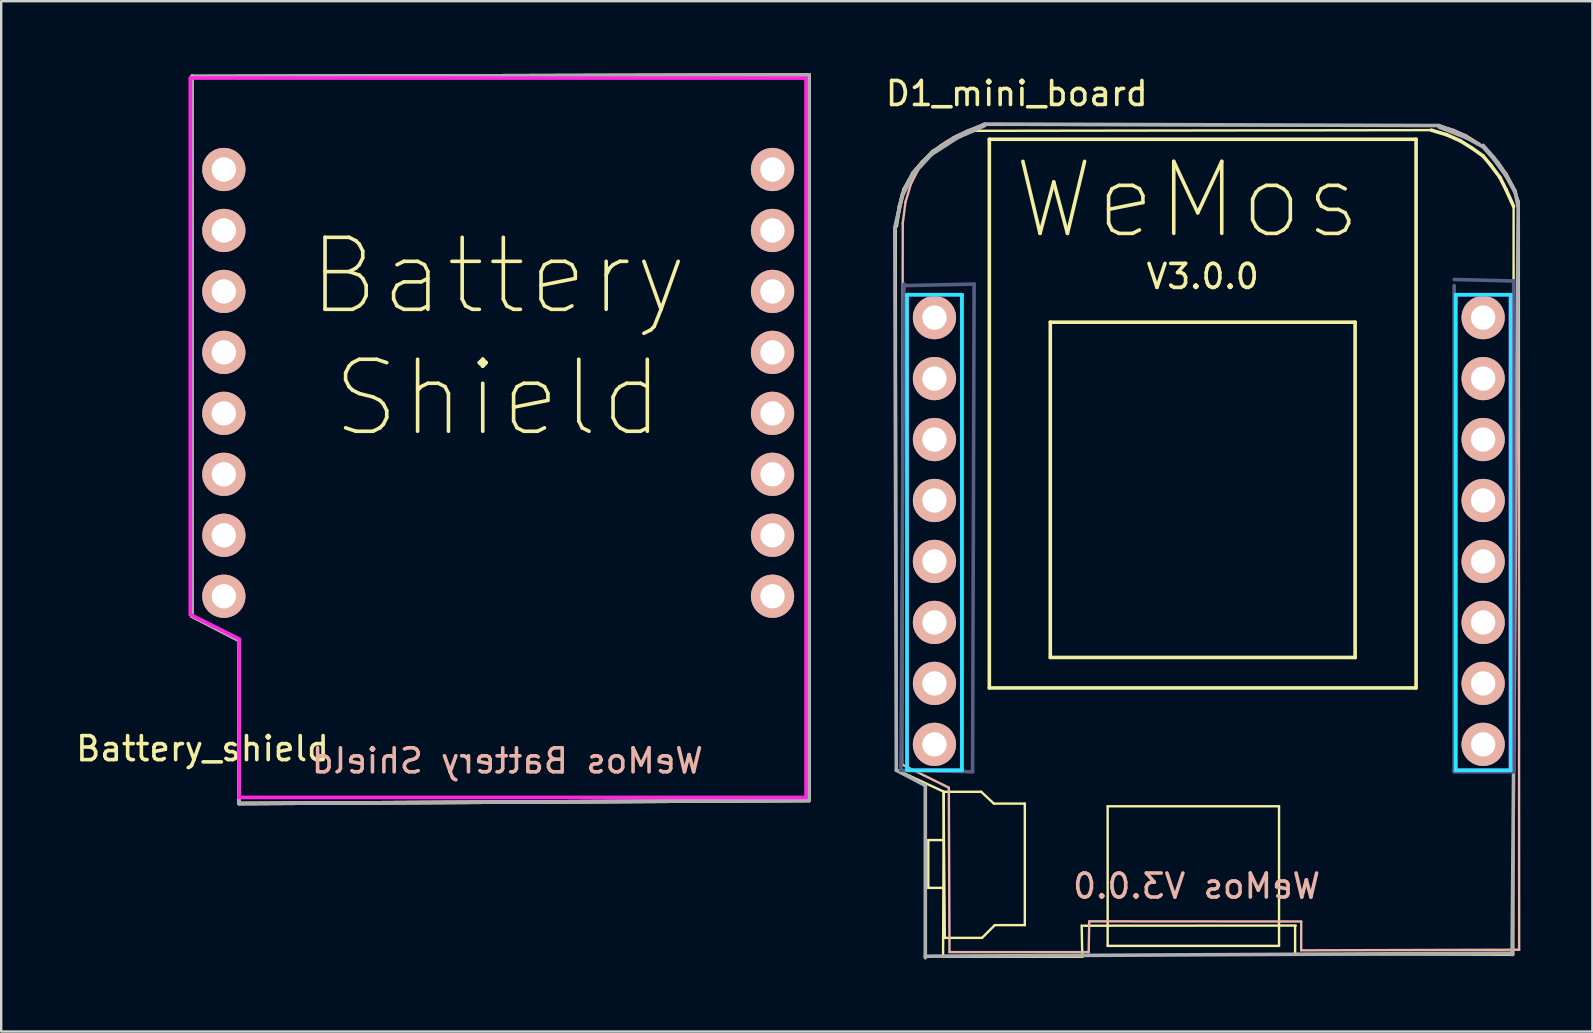
<source format=kicad_pcb>
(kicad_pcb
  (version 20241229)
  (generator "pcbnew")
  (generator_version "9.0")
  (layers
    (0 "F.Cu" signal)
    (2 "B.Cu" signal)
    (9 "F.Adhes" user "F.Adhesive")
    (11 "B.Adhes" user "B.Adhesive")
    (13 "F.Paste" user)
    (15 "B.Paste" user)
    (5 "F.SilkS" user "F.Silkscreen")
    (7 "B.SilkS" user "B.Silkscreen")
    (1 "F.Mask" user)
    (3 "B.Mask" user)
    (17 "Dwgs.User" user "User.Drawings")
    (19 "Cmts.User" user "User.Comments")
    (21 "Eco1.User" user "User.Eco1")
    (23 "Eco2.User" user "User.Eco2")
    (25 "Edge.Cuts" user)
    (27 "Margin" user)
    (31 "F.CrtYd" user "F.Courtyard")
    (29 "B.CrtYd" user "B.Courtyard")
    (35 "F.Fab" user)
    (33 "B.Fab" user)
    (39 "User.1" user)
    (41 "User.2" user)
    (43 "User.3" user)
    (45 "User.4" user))
  (footprint "Battery_shield"
    (layer "F.Cu")
    (at 17.833 15.696)
    (property "Reference" "Battery_shield" (at -12.446 12.446 0) (layer "F.SilkS") (effects (font (size 1 1) (thickness 0.15))))
    (attr through_hole)
    (fp_line (start -12.89 -15.557) (end 12.827 -15.621) (stroke (width 0.15) (type solid)) (layer "F.SilkS"))
    (fp_line (start -12.89 6.921) (end -12.89 -15.557) (stroke (width 0.15) (type solid)) (layer "F.SilkS"))
    (fp_line (start -10.922 7.938) (end -12.89 6.921) (stroke (width 0.15) (type solid)) (layer "F.SilkS"))
    (fp_line (start -10.922 14.732) (end -10.922 7.938) (stroke (width 0.15) (type solid)) (layer "F.SilkS"))
    (fp_line (start 12.827 -15.621) (end 12.827 14.605) (stroke (width 0.15) (type solid)) (layer "F.SilkS"))
    (fp_line (start 12.827 14.605) (end -10.922 14.732) (stroke (width 0.15) (type solid)) (layer "F.SilkS"))
    (fp_line (start -12.903 6.939) (end -10.959 7.9) (stroke (width 0.1) (type solid)) (layer "B.SilkS"))
    (fp_line (start -12.89 -15.557) (end 12.827 -15.621) (stroke (width 0.15) (type solid)) (layer "B.SilkS"))
    (fp_line (start -12.878 -15.616) (end -12.903 6.939) (stroke (width 0.1) (type solid)) (layer "B.SilkS"))
    (fp_line (start -10.959 7.9) (end -10.93 14.709) (stroke (width 0.1) (type solid)) (layer "B.SilkS"))
    (fp_line (start -10.922 14.732) (end 12.764 14.605) (stroke (width 0.15) (type solid)) (layer "B.SilkS"))
    (fp_line (start 12.827 -15.621) (end 12.827 14.605) (stroke (width 0.15) (type solid)) (layer "B.SilkS"))
    (fp_line (start -12.954 -15.494) (end 12.7 -15.494) (stroke (width 0.15) (type solid)) (layer "F.CrtYd"))
    (fp_line (start -12.954 6.858) (end -12.954 -15.494) (stroke (width 0.15) (type solid)) (layer "F.CrtYd"))
    (fp_line (start -10.922 7.874) (end -12.954 6.858) (stroke (width 0.15) (type solid)) (layer "F.CrtYd"))
    (fp_line (start -10.922 14.478) (end -10.922 7.874) (stroke (width 0.15) (type solid)) (layer "F.CrtYd"))
    (fp_line (start 12.7 -15.494) (end 12.7 14.478) (stroke (width 0.15) (type solid)) (layer "F.CrtYd"))
    (fp_line (start 12.7 14.478) (end -10.922 14.478) (stroke (width 0.15) (type solid)) (layer "F.CrtYd"))
    (fp_line (start -12.89 -15.557) (end 12.827 -15.621) (stroke (width 0.15) (type solid)) (layer "F.Fab"))
    (fp_line (start -12.89 -15.494) (end -12.89 -15.557) (stroke (width 0.15) (type solid)) (layer "F.Fab"))
    (fp_line (start -12.89 6.921) (end -12.89 -15.494) (stroke (width 0.15) (type solid)) (layer "F.Fab"))
    (fp_line (start -10.922 7.938) (end -12.89 6.921) (stroke (width 0.15) (type solid)) (layer "F.Fab"))
    (fp_line (start -10.922 14.732) (end -10.922 7.938) (stroke (width 0.15) (type solid)) (layer "F.Fab"))
    (fp_line (start 12.827 -15.621) (end 12.827 14.605) (stroke (width 0.15) (type solid)) (layer "F.Fab"))
    (fp_line (start 12.827 14.605) (end -10.922 14.732) (stroke (width 0.15) (type solid)) (layer "F.Fab"))
    (fp_text user "Battery" (at -0.127 -7.239 180) (layer "F.SilkS") (effects (font (size 3 3) (thickness 0.15))))
    (fp_text user "Shield" (at -0.127 -2.159 180) (layer "F.SilkS") (effects (font (size 3 3) (thickness 0.15))))
    (fp_text user "WeMos Battery Shield" (at 0.254 12.954 180) (layer "B.SilkS") (effects (font (size 1 1) (thickness 0.15)) (justify mirror)))
    (pad "1" thru_hole circle (at 11.303 6.096 180) (size 1.8 1.8) (drill 1.016) (layers "*.Cu" "*.Mask" "B.SilkS"))
    (pad "2" thru_hole circle (at 11.303 3.556 180) (size 1.8 1.8) (drill 1.016) (layers "*.Cu" "*.Mask" "B.SilkS"))
    (pad "3" thru_hole circle (at 11.303 1.016 180) (size 1.8 1.8) (drill 1.016) (layers "*.Cu" "*.Mask" "B.SilkS"))
    (pad "4" thru_hole circle (at 11.303 -1.524 180) (size 1.8 1.8) (drill 1.016) (layers "*.Cu" "*.Mask" "B.SilkS"))
    (pad "5" thru_hole circle (at 11.303 -4.064 180) (size 1.8 1.8) (drill 1.016) (layers "*.Cu" "*.Mask" "B.SilkS"))
    (pad "6" thru_hole circle (at 11.303 -6.604 180) (size 1.8 1.8) (drill 1.016) (layers "*.Cu" "*.Mask" "B.SilkS"))
    (pad "7" thru_hole circle (at 11.303 -9.144 180) (size 1.8 1.8) (drill 1.016) (layers "*.Cu" "*.Mask" "B.SilkS"))
    (pad "8" thru_hole circle (at 11.303 -11.684 180) (size 1.8 1.8) (drill 1.016) (layers "*.Cu" "*.Mask" "B.SilkS"))
    (pad "9" thru_hole circle (at -11.557 -11.684 180) (size 1.8 1.8) (drill 1.016) (layers "*.Cu" "*.Mask" "B.SilkS"))
    (pad "10" thru_hole circle (at -11.557 -9.144 180) (size 1.8 1.8) (drill 1.016) (layers "*.Cu" "*.Mask" "B.SilkS"))
    (pad "11" thru_hole circle (at -11.557 -6.604 180) (size 1.8 1.8) (drill 1.016) (layers "*.Cu" "*.Mask" "B.SilkS"))
    (pad "12" thru_hole circle (at -11.557 -4.064 180) (size 1.8 1.8) (drill 1.016) (layers "*.Cu" "*.Mask" "B.SilkS"))
    (pad "13" thru_hole circle (at -11.557 -1.524 180) (size 1.8 1.8) (drill 1.016) (layers "*.Cu" "*.Mask" "B.SilkS"))
    (pad "14" thru_hole circle (at -11.557 1.016 180) (size 1.8 1.8) (drill 1.016) (layers "*.Cu" "*.Mask" "B.SilkS"))
    (pad "15" thru_hole circle (at -11.557 3.556 180) (size 1.8 1.8) (drill 1.016) (layers "*.Cu" "*.Mask" "B.SilkS"))
    (pad "16" thru_hole circle (at -11.557 6.096 180) (size 1.8 1.8) (drill 1.016) (layers "*.Cu" "*.Mask" "B.SilkS")))
  (footprint "D1_mini_board"
    (layer "F.Cu")
    (at 47.694 18.628)
    (property "Reference" "D1_mini_board" (at -8.382 -17.78 0) (layer "F.SilkS") (effects (font (size 1 1) (thickness 0.15))))
    (attr through_hole)
    (fp_line (start -13.399 -12.255) (end -13.271 -13.081) (stroke (width 0.15) (type solid)) (layer "F.SilkS"))
    (fp_line (start -13.399 10.351) (end -13.423 -12.205) (stroke (width 0.1) (type solid)) (layer "F.SilkS"))
    (fp_line (start -13.374 10.406) (end -11.43 11.303) (stroke (width 0.1) (type solid)) (layer "F.SilkS"))
    (fp_line (start -13.271 -13.081) (end -13.081 -13.78) (stroke (width 0.15) (type solid)) (layer "F.SilkS"))
    (fp_line (start -13.081 -13.78) (end -12.7 -14.478) (stroke (width 0.15) (type solid)) (layer "F.SilkS"))
    (fp_line (start -12.7 -14.478) (end -12.319 -14.922) (stroke (width 0.15) (type solid)) (layer "F.SilkS"))
    (fp_line (start -12.319 -14.922) (end -11.874 -15.367) (stroke (width 0.15) (type solid)) (layer "F.SilkS"))
    (fp_line (start -12.068 13.321) (end -11.451 13.321) (stroke (width 0.1) (type solid)) (layer "F.SilkS"))
    (fp_line (start -12.068 15.315) (end -12.068 13.321) (stroke (width 0.1) (type solid)) (layer "F.SilkS"))
    (fp_line (start -11.874 -15.367) (end -11.303 -15.748) (stroke (width 0.15) (type solid)) (layer "F.SilkS"))
    (fp_line (start -11.452 18.182) (end -11.423 11.374) (stroke (width 0.1) (type solid)) (layer "F.SilkS"))
    (fp_line (start -11.452 18.182) (end -5.641 18.182) (stroke (width 0.1) (type solid)) (layer "F.SilkS"))
    (fp_line (start -11.433 11.311) (end -11.38 17.396) (stroke (width 0.1) (type solid)) (layer "F.SilkS"))
    (fp_line (start -11.415 15.315) (end -12.068 15.315) (stroke (width 0.1) (type solid)) (layer "F.SilkS"))
    (fp_line (start -11.38 17.396) (end -9.828 17.396) (stroke (width 0.1) (type solid)) (layer "F.SilkS"))
    (fp_line (start -11.303 -15.748) (end -10.858 -16.002) (stroke (width 0.15) (type solid)) (layer "F.SilkS"))
    (fp_line (start -10.858 -16.002) (end -10.16 -16.256) (stroke (width 0.15) (type solid)) (layer "F.SilkS"))
    (fp_line (start -9.863 11.311) (end -11.433 11.311) (stroke (width 0.1) (type solid)) (layer "F.SilkS"))
    (fp_line (start -9.828 17.396) (end -9.299 16.867) (stroke (width 0.1) (type solid)) (layer "F.SilkS"))
    (fp_line (start -9.525 -15.875) (end 8.255 -15.875) (stroke (width 0.15) (type solid)) (layer "F.SilkS"))
    (fp_line (start -9.525 6.985) (end -9.525 -15.875) (stroke (width 0.15) (type solid)) (layer "F.SilkS"))
    (fp_line (start -9.334 11.804) (end -9.863 11.311) (stroke (width 0.1) (type solid)) (layer "F.SilkS"))
    (fp_line (start -9.299 16.867) (end -8.046 16.867) (stroke (width 0.1) (type solid)) (layer "F.SilkS"))
    (fp_line (start -8.046 11.804) (end -9.334 11.804) (stroke (width 0.1) (type solid)) (layer "F.SilkS"))
    (fp_line (start -8.046 16.867) (end -8.046 11.804) (stroke (width 0.1) (type solid)) (layer "F.SilkS"))
    (fp_line (start -6.985 -8.255) (end -6.985 5.715) (stroke (width 0.15) (type solid)) (layer "F.SilkS"))
    (fp_line (start -6.985 5.715) (end 5.715 5.715) (stroke (width 0.15) (type solid)) (layer "F.SilkS"))
    (fp_line (start -5.678 16.878) (end -5.652 18.161) (stroke (width 0.1) (type solid)) (layer "F.SilkS"))
    (fp_line (start -5.588 16.891) (end 3.243 16.884) (stroke (width 0.1) (type solid)) (layer "F.SilkS"))
    (fp_line (start -4.595 11.915) (end 2.545 11.915) (stroke (width 0.1) (type solid)) (layer "F.SilkS"))
    (fp_line (start -4.595 17.729) (end -4.595 11.915) (stroke (width 0.1) (type solid)) (layer "F.SilkS"))
    (fp_line (start 2.545 11.915) (end 2.545 17.729) (stroke (width 0.1) (type solid)) (layer "F.SilkS"))
    (fp_line (start 2.545 17.729) (end -4.595 17.729) (stroke (width 0.1) (type solid)) (layer "F.SilkS"))
    (fp_line (start 3.214 18.071) (end 12.295 18.098) (stroke (width 0.1) (type solid)) (layer "F.SilkS"))
    (fp_line (start 3.216 18.098) (end 3.214 16.895) (stroke (width 0.1) (type solid)) (layer "F.SilkS"))
    (fp_line (start 5.715 -8.255) (end -6.985 -8.255) (stroke (width 0.15) (type solid)) (layer "F.SilkS"))
    (fp_line (start 5.715 5.715) (end 5.715 -8.255) (stroke (width 0.15) (type solid)) (layer "F.SilkS"))
    (fp_line (start 8.255 -15.875) (end 8.255 6.985) (stroke (width 0.15) (type solid)) (layer "F.SilkS"))
    (fp_line (start 8.255 6.985) (end -9.525 6.985) (stroke (width 0.15) (type solid)) (layer "F.SilkS"))
    (fp_line (start 8.89 -16.256) (end -10.148 -16.227) (stroke (width 0.1) (type solid)) (layer "F.SilkS"))
    (fp_line (start 8.89 -16.256) (end 9.525 -16.066) (stroke (width 0.15) (type solid)) (layer "F.SilkS"))
    (fp_line (start 9.525 -16.066) (end 10.097 -15.812) (stroke (width 0.15) (type solid)) (layer "F.SilkS"))
    (fp_line (start 10.097 -15.812) (end 10.604 -15.494) (stroke (width 0.15) (type solid)) (layer "F.SilkS"))
    (fp_line (start 10.604 -15.494) (end 11.049 -15.177) (stroke (width 0.15) (type solid)) (layer "F.SilkS"))
    (fp_line (start 11.049 -15.177) (end 11.367 -14.796) (stroke (width 0.15) (type solid)) (layer "F.SilkS"))
    (fp_line (start 11.367 -14.796) (end 11.748 -14.287) (stroke (width 0.15) (type solid)) (layer "F.SilkS"))
    (fp_line (start 11.748 -14.287) (end 12.002 -13.78) (stroke (width 0.15) (type solid)) (layer "F.SilkS"))
    (fp_line (start 12.002 -13.78) (end 12.319 -13.081) (stroke (width 0.15) (type solid)) (layer "F.SilkS"))
    (fp_line (start 12.319 -13.081) (end 12.305 18.089) (stroke (width 0.1) (type solid)) (layer "F.SilkS"))
    (fp_line (start -13.157 10.178) (end -11.213 11.139) (stroke (width 0.1) (type solid)) (layer "B.SilkS"))
    (fp_line (start -13.132 -12.377) (end -13.157 10.178) (stroke (width 0.1) (type solid)) (layer "B.SilkS"))
    (fp_line (start -13.016 -13.27) (end -13.132 -12.377) (stroke (width 0.1) (type solid)) (layer "B.SilkS"))
    (fp_line (start -12.788 -14.025) (end -13.016 -13.27) (stroke (width 0.1) (type solid)) (layer "B.SilkS"))
    (fp_line (start -12.461 -14.657) (end -12.788 -14.025) (stroke (width 0.1) (type solid)) (layer "B.SilkS"))
    (fp_line (start -12.048 -15.18) (end -12.461 -14.657) (stroke (width 0.1) (type solid)) (layer "B.SilkS"))
    (fp_line (start -11.562 -15.609) (end -12.048 -15.18) (stroke (width 0.1) (type solid)) (layer "B.SilkS"))
    (fp_line (start -11.213 11.139) (end -11.184 17.947) (stroke (width 0.1) (type solid)) (layer "B.SilkS"))
    (fp_line (start -11.198 17.992) (end -5.387 17.992) (stroke (width 0.1) (type solid)) (layer "B.SilkS"))
    (fp_line (start -11.019 -15.959) (end -11.562 -15.609) (stroke (width 0.1) (type solid)) (layer "B.SilkS"))
    (fp_line (start -10.431 -16.243) (end -11.019 -15.959) (stroke (width 0.1) (type solid)) (layer "B.SilkS"))
    (fp_line (start -9.811 -16.477) (end -10.431 -16.243) (stroke (width 0.1) (type solid)) (layer "B.SilkS"))
    (fp_line (start -5.387 17.992) (end -5.361 16.708) (stroke (width 0.1) (type solid)) (layer "B.SilkS"))
    (fp_line (start -5.361 16.708) (end 3.47 16.715) (stroke (width 0.1) (type solid)) (layer "B.SilkS"))
    (fp_line (start 3.468 17.917) (end 12.549 17.891) (stroke (width 0.1) (type solid)) (layer "B.SilkS"))
    (fp_line (start 3.47 16.715) (end 3.468 17.917) (stroke (width 0.1) (type solid)) (layer "B.SilkS"))
    (fp_line (start 9.226 -16.448) (end -9.811 -16.477) (stroke (width 0.1) (type solid)) (layer "B.SilkS"))
    (fp_line (start 9.824 -16.263) (end 9.226 -16.448) (stroke (width 0.1) (type solid)) (layer "B.SilkS"))
    (fp_line (start 10.368 -16.016) (end 9.824 -16.263) (stroke (width 0.1) (type solid)) (layer "B.SilkS"))
    (fp_line (start 10.86 -15.708) (end 10.368 -16.016) (stroke (width 0.1) (type solid)) (layer "B.SilkS"))
    (fp_line (start 11.298 -15.34) (end 10.86 -15.708) (stroke (width 0.1) (type solid)) (layer "B.SilkS"))
    (fp_line (start 11.684 -14.913) (end 11.298 -15.34) (stroke (width 0.1) (type solid)) (layer "B.SilkS"))
    (fp_line (start 12.019 -14.427) (end 11.684 -14.913) (stroke (width 0.1) (type solid)) (layer "B.SilkS"))
    (fp_line (start 12.302 -13.882) (end 12.019 -14.427) (stroke (width 0.1) (type solid)) (layer "B.SilkS"))
    (fp_line (start 12.535 -13.279) (end 12.302 -13.882) (stroke (width 0.1) (type solid)) (layer "B.SilkS"))
    (fp_line (start 12.549 17.891) (end 12.535 -13.279) (stroke (width 0.1) (type solid)) (layer "B.SilkS"))
    (fp_line (start -12.954 -9.398) (end -10.668 -9.398) (stroke (width 0.15) (type solid)) (layer "B.CrtYd"))
    (fp_line (start -12.954 10.414) (end -12.954 -9.398) (stroke (width 0.15) (type solid)) (layer "B.CrtYd"))
    (fp_line (start -10.668 -9.398) (end -10.668 10.414) (stroke (width 0.15) (type solid)) (layer "B.CrtYd"))
    (fp_line (start -10.668 10.414) (end -12.954 10.414) (stroke (width 0.15) (type solid)) (layer "B.CrtYd"))
    (fp_line (start 9.906 -9.398) (end 12.192 -9.398) (stroke (width 0.15) (type solid)) (layer "B.CrtYd"))
    (fp_line (start 9.906 10.414) (end 9.906 -9.398) (stroke (width 0.15) (type solid)) (layer "B.CrtYd"))
    (fp_line (start 12.192 -9.398) (end 12.192 10.414) (stroke (width 0.15) (type solid)) (layer "B.CrtYd"))
    (fp_line (start 12.192 10.414) (end 9.906 10.414) (stroke (width 0.15) (type solid)) (layer "B.CrtYd"))
    (fp_line (start -12.954 -9.398) (end -10.668 -9.398) (stroke (width 0.15) (type solid)) (layer "F.CrtYd"))
    (fp_line (start -12.954 10.414) (end -12.954 -9.398) (stroke (width 0.15) (type solid)) (layer "F.CrtYd"))
    (fp_line (start -10.668 -9.398) (end -10.668 10.414) (stroke (width 0.15) (type solid)) (layer "F.CrtYd"))
    (fp_line (start -10.668 10.414) (end -12.954 10.414) (stroke (width 0.15) (type solid)) (layer "F.CrtYd"))
    (fp_line (start 9.906 -9.398) (end 12.192 -9.398) (stroke (width 0.15) (type solid)) (layer "F.CrtYd"))
    (fp_line (start 9.906 10.414) (end 9.906 -9.398) (stroke (width 0.15) (type solid)) (layer "F.CrtYd"))
    (fp_line (start 12.192 -9.398) (end 12.192 10.414) (stroke (width 0.15) (type solid)) (layer "F.CrtYd"))
    (fp_line (start 12.192 10.414) (end 9.906 10.414) (stroke (width 0.15) (type solid)) (layer "F.CrtYd"))
    (fp_line (start -13.208 10.414) (end -13.081 -9.842) (stroke (width 0.15) (type solid)) (layer "B.Fab"))
    (fp_line (start -13.081 -9.779) (end -10.16 -9.842) (stroke (width 0.15) (type solid)) (layer "B.Fab"))
    (fp_line (start -10.223 10.477) (end -13.208 10.414) (stroke (width 0.15) (type solid)) (layer "B.Fab"))
    (fp_line (start -10.16 -9.842) (end -10.223 10.477) (stroke (width 0.15) (type solid)) (layer "B.Fab"))
    (fp_line (start 9.842 -9.779) (end 9.842 10.477) (stroke (width 0.15) (type solid)) (layer "B.Fab"))
    (fp_line (start 9.842 10.477) (end 12.319 10.477) (stroke (width 0.15) (type solid)) (layer "B.Fab"))
    (fp_line (start 12.319 -9.97) (end 9.842 -10.033) (stroke (width 0.15) (type solid)) (layer "B.Fab"))
    (fp_line (start 12.319 10.477) (end 12.319 -9.97) (stroke (width 0.15) (type solid)) (layer "B.Fab"))
    (fp_line (start -13.462 -12.192) (end -13.145 -13.589) (stroke (width 0.15) (type solid)) (layer "F.Fab"))
    (fp_line (start -13.462 -12.129) (end -13.145 -13.525) (stroke (width 0.15) (type solid)) (layer "F.Fab"))
    (fp_line (start -13.399 10.414) (end -13.462 -12.129) (stroke (width 0.15) (type solid)) (layer "F.Fab"))
    (fp_line (start -13.145 -13.589) (end -12.7 -14.478) (stroke (width 0.15) (type solid)) (layer "F.Fab"))
    (fp_line (start -13.145 -13.525) (end -12.7 -14.415) (stroke (width 0.15) (type solid)) (layer "F.Fab"))
    (fp_line (start -12.7 -14.478) (end -11.938 -15.303) (stroke (width 0.15) (type solid)) (layer "F.Fab"))
    (fp_line (start -12.7 -14.415) (end -11.938 -15.24) (stroke (width 0.15) (type solid)) (layer "F.Fab"))
    (fp_line (start -12.192 11.049) (end -13.399 10.414) (stroke (width 0.15) (type solid)) (layer "F.Fab"))
    (fp_line (start -12.192 18.224) (end -12.192 11.049) (stroke (width 0.15) (type solid)) (layer "F.Fab"))
    (fp_line (start -11.938 -15.303) (end -10.858 -16.002) (stroke (width 0.15) (type solid)) (layer "F.Fab"))
    (fp_line (start -11.938 -15.24) (end -10.858 -15.938) (stroke (width 0.15) (type solid)) (layer "F.Fab"))
    (fp_line (start -10.858 -16.002) (end -9.716 -16.51) (stroke (width 0.15) (type solid)) (layer "F.Fab"))
    (fp_line (start -10.858 -15.938) (end -9.716 -16.447) (stroke (width 0.15) (type solid)) (layer "F.Fab"))
    (fp_line (start -9.716 -16.51) (end 9.207 -16.447) (stroke (width 0.15) (type solid)) (layer "F.Fab"))
    (fp_line (start 9.207 -16.447) (end 10.351 -16.002) (stroke (width 0.15) (type solid)) (layer "F.Fab"))
    (fp_line (start 9.207 -16.383) (end 10.351 -15.938) (stroke (width 0.15) (type solid)) (layer "F.Fab"))
    (fp_line (start 10.351 -15.938) (end 11.049 -15.557) (stroke (width 0.15) (type solid)) (layer "F.Fab"))
    (fp_line (start 11.049 -15.621) (end 11.493 -15.113) (stroke (width 0.15) (type solid)) (layer "F.Fab"))
    (fp_line (start 11.049 -15.557) (end 11.493 -15.05) (stroke (width 0.15) (type solid)) (layer "F.Fab"))
    (fp_line (start 11.493 -15.113) (end 12.002 -14.415) (stroke (width 0.15) (type solid)) (layer "F.Fab"))
    (fp_line (start 11.493 -15.05) (end 12.002 -14.351) (stroke (width 0.15) (type solid)) (layer "F.Fab"))
    (fp_line (start 12.002 -14.415) (end 12.383 -13.716) (stroke (width 0.15) (type solid)) (layer "F.Fab"))
    (fp_line (start 12.002 -14.351) (end 12.383 -13.652) (stroke (width 0.15) (type solid)) (layer "F.Fab"))
    (fp_line (start 12.255 18.034) (end -12.192 18.161) (stroke (width 0.15) (type solid)) (layer "F.Fab"))
    (fp_line (start 12.383 -13.716) (end 12.509 -13.145) (stroke (width 0.15) (type solid)) (layer "F.Fab"))
    (fp_line (start 12.383 -13.652) (end 12.509 -13.081) (stroke (width 0.15) (type solid)) (layer "F.Fab"))
    (fp_line (start 12.509 -13.081) (end 12.255 18.098) (stroke (width 0.15) (type solid)) (layer "F.Fab"))
    (fp_text user "WeMos" (at -1.27 -13.335 180) (layer "F.SilkS") (effects (font (size 3 3) (thickness 0.15))))
    (fp_text user "V3.0.0" (at -0.635 -10.16 0) (layer "F.SilkS") (effects (font (size 1 1) (thickness 0.15))))
    (fp_text user "WeMos V3.0.0" (at -0.889 15.24 180) (layer "B.SilkS") (effects (font (size 1 1) (thickness 0.15)) (justify mirror)))
    (pad "1" thru_hole circle (at 11.049 9.335 180) (size 1.8 1.8) (drill 1.016) (layers "*.Cu" "*.Mask" "B.SilkS"))
    (pad "2" thru_hole circle (at 11.049 6.795 180) (size 1.8 1.8) (drill 1.016) (layers "*.Cu" "*.Mask" "B.SilkS"))
    (pad "3" thru_hole circle (at 11.049 4.255 180) (size 1.8 1.8) (drill 1.016) (layers "*.Cu" "*.Mask" "B.SilkS"))
    (pad "4" thru_hole circle (at 11.049 1.714 180) (size 1.8 1.8) (drill 1.016) (layers "*.Cu" "*.Mask" "B.SilkS"))
    (pad "5" thru_hole circle (at 11.049 -0.826 180) (size 1.8 1.8) (drill 1.016) (layers "*.Cu" "*.Mask" "B.SilkS"))
    (pad "6" thru_hole circle (at 11.049 -3.365 180) (size 1.8 1.8) (drill 1.016) (layers "*.Cu" "*.Mask" "B.SilkS"))
    (pad "7" thru_hole circle (at 11.049 -5.905 180) (size 1.8 1.8) (drill 1.016) (layers "*.Cu" "*.Mask" "B.SilkS"))
    (pad "8" thru_hole circle (at 11.049 -8.445 180) (size 1.8 1.8) (drill 1.016) (layers "*.Cu" "*.Mask" "B.SilkS"))
    (pad "9" thru_hole circle (at -11.811 -8.445 180) (size 1.8 1.8) (drill 1.016) (layers "*.Cu" "*.Mask" "B.SilkS"))
    (pad "10" thru_hole circle (at -11.811 -5.905 180) (size 1.8 1.8) (drill 1.016) (layers "*.Cu" "*.Mask" "B.SilkS"))
    (pad "11" thru_hole circle (at -11.811 -3.365 180) (size 1.8 1.8) (drill 1.016) (layers "*.Cu" "*.Mask" "B.SilkS"))
    (pad "12" thru_hole circle (at -11.811 -0.826 180) (size 1.8 1.8) (drill 1.016) (layers "*.Cu" "*.Mask" "B.SilkS"))
    (pad "13" thru_hole circle (at -11.811 1.714 180) (size 1.8 1.8) (drill 1.016) (layers "*.Cu" "*.Mask" "B.SilkS"))
    (pad "14" thru_hole circle (at -11.811 4.255 180) (size 1.8 1.8) (drill 1.016) (layers "*.Cu" "*.Mask" "B.SilkS"))
    (pad "15" thru_hole circle (at -11.811 6.795 180) (size 1.8 1.8) (drill 1.016) (layers "*.Cu" "*.Mask" "B.SilkS"))
    (pad "16" thru_hole circle (at -11.811 9.335 180) (size 1.8 1.8) (drill 1.016) (layers "*.Cu" "*.Mask" "B.SilkS")))
  (gr_rect
    (start -3 -3)
    (end 63.293 39.928)
    (stroke (width 0.1) (type default))
    (fill no)
    (layer "Edge.Cuts")))
</source>
